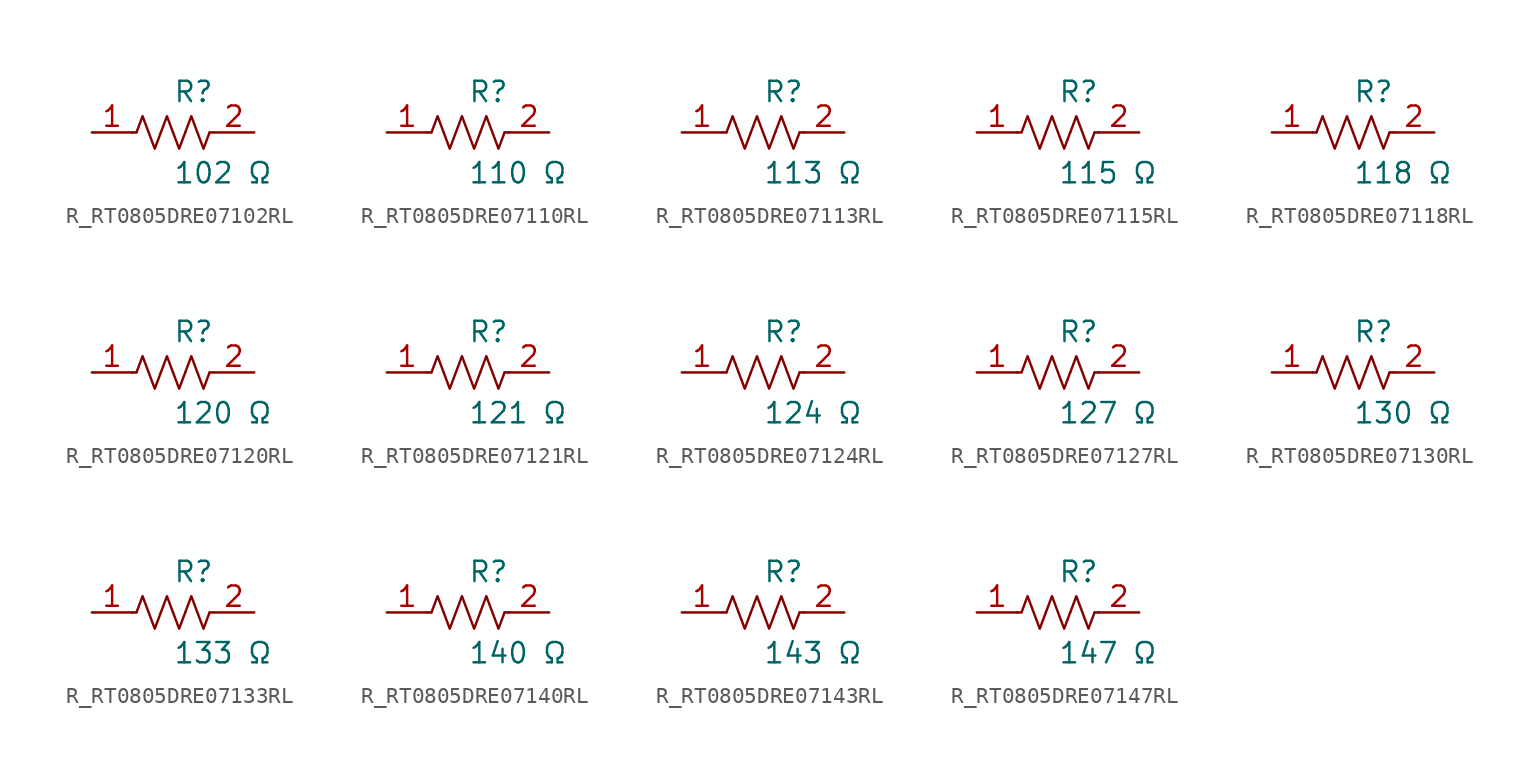
<source format=kicad_sym>
(kicad_symbol_lib
  (version 20231120)
  (generator kicad_symbol_editor)
  (generator_version 8.0)
  (symbol "R_RT0805DRE07102RL"
    (pin_names
      (offset 0.254))
    (property "Reference" "R"
      (at 0.0 2.54 0)
      (effects (font (size 1.27 1.27)) (justify left)))
    (property "Value" "102 Ω"
      (at 0.0 -2.54 0)
      (effects (font (size 1.27 1.27)) (justify left)))
    (symbol "R_RT0805DRE07102RL_0_1"
      (polyline (pts (xy 2.286 0) (xy 2.54 0)) (stroke (width 0) (type default)) (fill (type none)))
      (polyline (pts (xy -2.286 0) (xy -2.54 0)) (stroke (width 0) (type default)) (fill (type none)))
      (polyline (pts (xy 0.762 0) (xy 1.143 1.016) (xy 1.524 0) (xy 1.905 -1.016) (xy 2.286 0)) (stroke (width 0) (type default)) (fill (type none)))
      (polyline (pts (xy -0.762 0) (xy -0.381 1.016) (xy 0 0) (xy 0.381 -1.016) (xy 0.762 0)) (stroke (width 0) (type default)) (fill (type none)))
      (polyline (pts (xy -2.286 0) (xy -1.905 1.016) (xy -1.524 0) (xy -1.143 -1.016) (xy -0.762 0)) (stroke (width 0) (type default)) (fill (type none))))
    (pin unspecified line
      (at -5.08 0 0)
      (length 2.54)
      (name "" (effects (font (size 1.27 1.27))))
      (number "1" (effects (font (size 1.27 1.27)))))
    (pin unspecified line
      (at 5.08 0 180)
      (length 2.54)
      (name "" (effects (font (size 1.27 1.27))))
      (number "2" (effects (font (size 1.27 1.27))))))
  (symbol "R_RT0805DRE07110RL"
    (pin_names
      (offset 0.254))
    (property "Reference" "R"
      (at 0.0 2.54 0)
      (effects (font (size 1.27 1.27)) (justify left)))
    (property "Value" "110 Ω"
      (at 0.0 -2.54 0)
      (effects (font (size 1.27 1.27)) (justify left)))
    (symbol "R_RT0805DRE07110RL_0_1"
      (polyline (pts (xy 2.286 0) (xy 2.54 0)) (stroke (width 0) (type default)) (fill (type none)))
      (polyline (pts (xy -2.286 0) (xy -2.54 0)) (stroke (width 0) (type default)) (fill (type none)))
      (polyline (pts (xy 0.762 0) (xy 1.143 1.016) (xy 1.524 0) (xy 1.905 -1.016) (xy 2.286 0)) (stroke (width 0) (type default)) (fill (type none)))
      (polyline (pts (xy -0.762 0) (xy -0.381 1.016) (xy 0 0) (xy 0.381 -1.016) (xy 0.762 0)) (stroke (width 0) (type default)) (fill (type none)))
      (polyline (pts (xy -2.286 0) (xy -1.905 1.016) (xy -1.524 0) (xy -1.143 -1.016) (xy -0.762 0)) (stroke (width 0) (type default)) (fill (type none))))
    (pin unspecified line
      (at -5.08 0 0)
      (length 2.54)
      (name "" (effects (font (size 1.27 1.27))))
      (number "1" (effects (font (size 1.27 1.27)))))
    (pin unspecified line
      (at 5.08 0 180)
      (length 2.54)
      (name "" (effects (font (size 1.27 1.27))))
      (number "2" (effects (font (size 1.27 1.27))))))
  (symbol "R_RT0805DRE07113RL"
    (pin_names
      (offset 0.254))
    (property "Reference" "R"
      (at 0.0 2.54 0)
      (effects (font (size 1.27 1.27)) (justify left)))
    (property "Value" "113 Ω"
      (at 0.0 -2.54 0)
      (effects (font (size 1.27 1.27)) (justify left)))
    (symbol "R_RT0805DRE07113RL_0_1"
      (polyline (pts (xy 2.286 0) (xy 2.54 0)) (stroke (width 0) (type default)) (fill (type none)))
      (polyline (pts (xy -2.286 0) (xy -2.54 0)) (stroke (width 0) (type default)) (fill (type none)))
      (polyline (pts (xy 0.762 0) (xy 1.143 1.016) (xy 1.524 0) (xy 1.905 -1.016) (xy 2.286 0)) (stroke (width 0) (type default)) (fill (type none)))
      (polyline (pts (xy -0.762 0) (xy -0.381 1.016) (xy 0 0) (xy 0.381 -1.016) (xy 0.762 0)) (stroke (width 0) (type default)) (fill (type none)))
      (polyline (pts (xy -2.286 0) (xy -1.905 1.016) (xy -1.524 0) (xy -1.143 -1.016) (xy -0.762 0)) (stroke (width 0) (type default)) (fill (type none))))
    (pin unspecified line
      (at -5.08 0 0)
      (length 2.54)
      (name "" (effects (font (size 1.27 1.27))))
      (number "1" (effects (font (size 1.27 1.27)))))
    (pin unspecified line
      (at 5.08 0 180)
      (length 2.54)
      (name "" (effects (font (size 1.27 1.27))))
      (number "2" (effects (font (size 1.27 1.27))))))
  (symbol "R_RT0805DRE07115RL"
    (pin_names
      (offset 0.254))
    (property "Reference" "R"
      (at 0.0 2.54 0)
      (effects (font (size 1.27 1.27)) (justify left)))
    (property "Value" "115 Ω"
      (at 0.0 -2.54 0)
      (effects (font (size 1.27 1.27)) (justify left)))
    (symbol "R_RT0805DRE07115RL_0_1"
      (polyline (pts (xy 2.286 0) (xy 2.54 0)) (stroke (width 0) (type default)) (fill (type none)))
      (polyline (pts (xy -2.286 0) (xy -2.54 0)) (stroke (width 0) (type default)) (fill (type none)))
      (polyline (pts (xy 0.762 0) (xy 1.143 1.016) (xy 1.524 0) (xy 1.905 -1.016) (xy 2.286 0)) (stroke (width 0) (type default)) (fill (type none)))
      (polyline (pts (xy -0.762 0) (xy -0.381 1.016) (xy 0 0) (xy 0.381 -1.016) (xy 0.762 0)) (stroke (width 0) (type default)) (fill (type none)))
      (polyline (pts (xy -2.286 0) (xy -1.905 1.016) (xy -1.524 0) (xy -1.143 -1.016) (xy -0.762 0)) (stroke (width 0) (type default)) (fill (type none))))
    (pin unspecified line
      (at -5.08 0 0)
      (length 2.54)
      (name "" (effects (font (size 1.27 1.27))))
      (number "1" (effects (font (size 1.27 1.27)))))
    (pin unspecified line
      (at 5.08 0 180)
      (length 2.54)
      (name "" (effects (font (size 1.27 1.27))))
      (number "2" (effects (font (size 1.27 1.27))))))
  (symbol "R_RT0805DRE07118RL"
    (pin_names
      (offset 0.254))
    (property "Reference" "R"
      (at 0.0 2.54 0)
      (effects (font (size 1.27 1.27)) (justify left)))
    (property "Value" "118 Ω"
      (at 0.0 -2.54 0)
      (effects (font (size 1.27 1.27)) (justify left)))
    (symbol "R_RT0805DRE07118RL_0_1"
      (polyline (pts (xy 2.286 0) (xy 2.54 0)) (stroke (width 0) (type default)) (fill (type none)))
      (polyline (pts (xy -2.286 0) (xy -2.54 0)) (stroke (width 0) (type default)) (fill (type none)))
      (polyline (pts (xy 0.762 0) (xy 1.143 1.016) (xy 1.524 0) (xy 1.905 -1.016) (xy 2.286 0)) (stroke (width 0) (type default)) (fill (type none)))
      (polyline (pts (xy -0.762 0) (xy -0.381 1.016) (xy 0 0) (xy 0.381 -1.016) (xy 0.762 0)) (stroke (width 0) (type default)) (fill (type none)))
      (polyline (pts (xy -2.286 0) (xy -1.905 1.016) (xy -1.524 0) (xy -1.143 -1.016) (xy -0.762 0)) (stroke (width 0) (type default)) (fill (type none))))
    (pin unspecified line
      (at -5.08 0 0)
      (length 2.54)
      (name "" (effects (font (size 1.27 1.27))))
      (number "1" (effects (font (size 1.27 1.27)))))
    (pin unspecified line
      (at 5.08 0 180)
      (length 2.54)
      (name "" (effects (font (size 1.27 1.27))))
      (number "2" (effects (font (size 1.27 1.27))))))
  (symbol "R_RT0805DRE07120RL"
    (pin_names
      (offset 0.254))
    (property "Reference" "R"
      (at 0.0 2.54 0)
      (effects (font (size 1.27 1.27)) (justify left)))
    (property "Value" "120 Ω"
      (at 0.0 -2.54 0)
      (effects (font (size 1.27 1.27)) (justify left)))
    (symbol "R_RT0805DRE07120RL_0_1"
      (polyline (pts (xy 2.286 0) (xy 2.54 0)) (stroke (width 0) (type default)) (fill (type none)))
      (polyline (pts (xy -2.286 0) (xy -2.54 0)) (stroke (width 0) (type default)) (fill (type none)))
      (polyline (pts (xy 0.762 0) (xy 1.143 1.016) (xy 1.524 0) (xy 1.905 -1.016) (xy 2.286 0)) (stroke (width 0) (type default)) (fill (type none)))
      (polyline (pts (xy -0.762 0) (xy -0.381 1.016) (xy 0 0) (xy 0.381 -1.016) (xy 0.762 0)) (stroke (width 0) (type default)) (fill (type none)))
      (polyline (pts (xy -2.286 0) (xy -1.905 1.016) (xy -1.524 0) (xy -1.143 -1.016) (xy -0.762 0)) (stroke (width 0) (type default)) (fill (type none))))
    (pin unspecified line
      (at -5.08 0 0)
      (length 2.54)
      (name "" (effects (font (size 1.27 1.27))))
      (number "1" (effects (font (size 1.27 1.27)))))
    (pin unspecified line
      (at 5.08 0 180)
      (length 2.54)
      (name "" (effects (font (size 1.27 1.27))))
      (number "2" (effects (font (size 1.27 1.27))))))
  (symbol "R_RT0805DRE07121RL"
    (pin_names
      (offset 0.254))
    (property "Reference" "R"
      (at 0.0 2.54 0)
      (effects (font (size 1.27 1.27)) (justify left)))
    (property "Value" "121 Ω"
      (at 0.0 -2.54 0)
      (effects (font (size 1.27 1.27)) (justify left)))
    (symbol "R_RT0805DRE07121RL_0_1"
      (polyline (pts (xy 2.286 0) (xy 2.54 0)) (stroke (width 0) (type default)) (fill (type none)))
      (polyline (pts (xy -2.286 0) (xy -2.54 0)) (stroke (width 0) (type default)) (fill (type none)))
      (polyline (pts (xy 0.762 0) (xy 1.143 1.016) (xy 1.524 0) (xy 1.905 -1.016) (xy 2.286 0)) (stroke (width 0) (type default)) (fill (type none)))
      (polyline (pts (xy -0.762 0) (xy -0.381 1.016) (xy 0 0) (xy 0.381 -1.016) (xy 0.762 0)) (stroke (width 0) (type default)) (fill (type none)))
      (polyline (pts (xy -2.286 0) (xy -1.905 1.016) (xy -1.524 0) (xy -1.143 -1.016) (xy -0.762 0)) (stroke (width 0) (type default)) (fill (type none))))
    (pin unspecified line
      (at -5.08 0 0)
      (length 2.54)
      (name "" (effects (font (size 1.27 1.27))))
      (number "1" (effects (font (size 1.27 1.27)))))
    (pin unspecified line
      (at 5.08 0 180)
      (length 2.54)
      (name "" (effects (font (size 1.27 1.27))))
      (number "2" (effects (font (size 1.27 1.27))))))
  (symbol "R_RT0805DRE07124RL"
    (pin_names
      (offset 0.254))
    (property "Reference" "R"
      (at 0.0 2.54 0)
      (effects (font (size 1.27 1.27)) (justify left)))
    (property "Value" "124 Ω"
      (at 0.0 -2.54 0)
      (effects (font (size 1.27 1.27)) (justify left)))
    (symbol "R_RT0805DRE07124RL_0_1"
      (polyline (pts (xy 2.286 0) (xy 2.54 0)) (stroke (width 0) (type default)) (fill (type none)))
      (polyline (pts (xy -2.286 0) (xy -2.54 0)) (stroke (width 0) (type default)) (fill (type none)))
      (polyline (pts (xy 0.762 0) (xy 1.143 1.016) (xy 1.524 0) (xy 1.905 -1.016) (xy 2.286 0)) (stroke (width 0) (type default)) (fill (type none)))
      (polyline (pts (xy -0.762 0) (xy -0.381 1.016) (xy 0 0) (xy 0.381 -1.016) (xy 0.762 0)) (stroke (width 0) (type default)) (fill (type none)))
      (polyline (pts (xy -2.286 0) (xy -1.905 1.016) (xy -1.524 0) (xy -1.143 -1.016) (xy -0.762 0)) (stroke (width 0) (type default)) (fill (type none))))
    (pin unspecified line
      (at -5.08 0 0)
      (length 2.54)
      (name "" (effects (font (size 1.27 1.27))))
      (number "1" (effects (font (size 1.27 1.27)))))
    (pin unspecified line
      (at 5.08 0 180)
      (length 2.54)
      (name "" (effects (font (size 1.27 1.27))))
      (number "2" (effects (font (size 1.27 1.27))))))
  (symbol "R_RT0805DRE07127RL"
    (pin_names
      (offset 0.254))
    (property "Reference" "R"
      (at 0.0 2.54 0)
      (effects (font (size 1.27 1.27)) (justify left)))
    (property "Value" "127 Ω"
      (at 0.0 -2.54 0)
      (effects (font (size 1.27 1.27)) (justify left)))
    (symbol "R_RT0805DRE07127RL_0_1"
      (polyline (pts (xy 2.286 0) (xy 2.54 0)) (stroke (width 0) (type default)) (fill (type none)))
      (polyline (pts (xy -2.286 0) (xy -2.54 0)) (stroke (width 0) (type default)) (fill (type none)))
      (polyline (pts (xy 0.762 0) (xy 1.143 1.016) (xy 1.524 0) (xy 1.905 -1.016) (xy 2.286 0)) (stroke (width 0) (type default)) (fill (type none)))
      (polyline (pts (xy -0.762 0) (xy -0.381 1.016) (xy 0 0) (xy 0.381 -1.016) (xy 0.762 0)) (stroke (width 0) (type default)) (fill (type none)))
      (polyline (pts (xy -2.286 0) (xy -1.905 1.016) (xy -1.524 0) (xy -1.143 -1.016) (xy -0.762 0)) (stroke (width 0) (type default)) (fill (type none))))
    (pin unspecified line
      (at -5.08 0 0)
      (length 2.54)
      (name "" (effects (font (size 1.27 1.27))))
      (number "1" (effects (font (size 1.27 1.27)))))
    (pin unspecified line
      (at 5.08 0 180)
      (length 2.54)
      (name "" (effects (font (size 1.27 1.27))))
      (number "2" (effects (font (size 1.27 1.27))))))
  (symbol "R_RT0805DRE07130RL"
    (pin_names
      (offset 0.254))
    (property "Reference" "R"
      (at 0.0 2.54 0)
      (effects (font (size 1.27 1.27)) (justify left)))
    (property "Value" "130 Ω"
      (at 0.0 -2.54 0)
      (effects (font (size 1.27 1.27)) (justify left)))
    (symbol "R_RT0805DRE07130RL_0_1"
      (polyline (pts (xy 2.286 0) (xy 2.54 0)) (stroke (width 0) (type default)) (fill (type none)))
      (polyline (pts (xy -2.286 0) (xy -2.54 0)) (stroke (width 0) (type default)) (fill (type none)))
      (polyline (pts (xy 0.762 0) (xy 1.143 1.016) (xy 1.524 0) (xy 1.905 -1.016) (xy 2.286 0)) (stroke (width 0) (type default)) (fill (type none)))
      (polyline (pts (xy -0.762 0) (xy -0.381 1.016) (xy 0 0) (xy 0.381 -1.016) (xy 0.762 0)) (stroke (width 0) (type default)) (fill (type none)))
      (polyline (pts (xy -2.286 0) (xy -1.905 1.016) (xy -1.524 0) (xy -1.143 -1.016) (xy -0.762 0)) (stroke (width 0) (type default)) (fill (type none))))
    (pin unspecified line
      (at -5.08 0 0)
      (length 2.54)
      (name "" (effects (font (size 1.27 1.27))))
      (number "1" (effects (font (size 1.27 1.27)))))
    (pin unspecified line
      (at 5.08 0 180)
      (length 2.54)
      (name "" (effects (font (size 1.27 1.27))))
      (number "2" (effects (font (size 1.27 1.27))))))
  (symbol "R_RT0805DRE07133RL"
    (pin_names
      (offset 0.254))
    (property "Reference" "R"
      (at 0.0 2.54 0)
      (effects (font (size 1.27 1.27)) (justify left)))
    (property "Value" "133 Ω"
      (at 0.0 -2.54 0)
      (effects (font (size 1.27 1.27)) (justify left)))
    (symbol "R_RT0805DRE07133RL_0_1"
      (polyline (pts (xy 2.286 0) (xy 2.54 0)) (stroke (width 0) (type default)) (fill (type none)))
      (polyline (pts (xy -2.286 0) (xy -2.54 0)) (stroke (width 0) (type default)) (fill (type none)))
      (polyline (pts (xy 0.762 0) (xy 1.143 1.016) (xy 1.524 0) (xy 1.905 -1.016) (xy 2.286 0)) (stroke (width 0) (type default)) (fill (type none)))
      (polyline (pts (xy -0.762 0) (xy -0.381 1.016) (xy 0 0) (xy 0.381 -1.016) (xy 0.762 0)) (stroke (width 0) (type default)) (fill (type none)))
      (polyline (pts (xy -2.286 0) (xy -1.905 1.016) (xy -1.524 0) (xy -1.143 -1.016) (xy -0.762 0)) (stroke (width 0) (type default)) (fill (type none))))
    (pin unspecified line
      (at -5.08 0 0)
      (length 2.54)
      (name "" (effects (font (size 1.27 1.27))))
      (number "1" (effects (font (size 1.27 1.27)))))
    (pin unspecified line
      (at 5.08 0 180)
      (length 2.54)
      (name "" (effects (font (size 1.27 1.27))))
      (number "2" (effects (font (size 1.27 1.27))))))
  (symbol "R_RT0805DRE07140RL"
    (pin_names
      (offset 0.254))
    (property "Reference" "R"
      (at 0.0 2.54 0)
      (effects (font (size 1.27 1.27)) (justify left)))
    (property "Value" "140 Ω"
      (at 0.0 -2.54 0)
      (effects (font (size 1.27 1.27)) (justify left)))
    (symbol "R_RT0805DRE07140RL_0_1"
      (polyline (pts (xy 2.286 0) (xy 2.54 0)) (stroke (width 0) (type default)) (fill (type none)))
      (polyline (pts (xy -2.286 0) (xy -2.54 0)) (stroke (width 0) (type default)) (fill (type none)))
      (polyline (pts (xy 0.762 0) (xy 1.143 1.016) (xy 1.524 0) (xy 1.905 -1.016) (xy 2.286 0)) (stroke (width 0) (type default)) (fill (type none)))
      (polyline (pts (xy -0.762 0) (xy -0.381 1.016) (xy 0 0) (xy 0.381 -1.016) (xy 0.762 0)) (stroke (width 0) (type default)) (fill (type none)))
      (polyline (pts (xy -2.286 0) (xy -1.905 1.016) (xy -1.524 0) (xy -1.143 -1.016) (xy -0.762 0)) (stroke (width 0) (type default)) (fill (type none))))
    (pin unspecified line
      (at -5.08 0 0)
      (length 2.54)
      (name "" (effects (font (size 1.27 1.27))))
      (number "1" (effects (font (size 1.27 1.27)))))
    (pin unspecified line
      (at 5.08 0 180)
      (length 2.54)
      (name "" (effects (font (size 1.27 1.27))))
      (number "2" (effects (font (size 1.27 1.27))))))
  (symbol "R_RT0805DRE07143RL"
    (pin_names
      (offset 0.254))
    (property "Reference" "R"
      (at 0.0 2.54 0)
      (effects (font (size 1.27 1.27)) (justify left)))
    (property "Value" "143 Ω"
      (at 0.0 -2.54 0)
      (effects (font (size 1.27 1.27)) (justify left)))
    (symbol "R_RT0805DRE07143RL_0_1"
      (polyline (pts (xy 2.286 0) (xy 2.54 0)) (stroke (width 0) (type default)) (fill (type none)))
      (polyline (pts (xy -2.286 0) (xy -2.54 0)) (stroke (width 0) (type default)) (fill (type none)))
      (polyline (pts (xy 0.762 0) (xy 1.143 1.016) (xy 1.524 0) (xy 1.905 -1.016) (xy 2.286 0)) (stroke (width 0) (type default)) (fill (type none)))
      (polyline (pts (xy -0.762 0) (xy -0.381 1.016) (xy 0 0) (xy 0.381 -1.016) (xy 0.762 0)) (stroke (width 0) (type default)) (fill (type none)))
      (polyline (pts (xy -2.286 0) (xy -1.905 1.016) (xy -1.524 0) (xy -1.143 -1.016) (xy -0.762 0)) (stroke (width 0) (type default)) (fill (type none))))
    (pin unspecified line
      (at -5.08 0 0)
      (length 2.54)
      (name "" (effects (font (size 1.27 1.27))))
      (number "1" (effects (font (size 1.27 1.27)))))
    (pin unspecified line
      (at 5.08 0 180)
      (length 2.54)
      (name "" (effects (font (size 1.27 1.27))))
      (number "2" (effects (font (size 1.27 1.27))))))
  (symbol "R_RT0805DRE07147RL"
    (pin_names
      (offset 0.254))
    (property "Reference" "R"
      (at 0.0 2.54 0)
      (effects (font (size 1.27 1.27)) (justify left)))
    (property "Value" "147 Ω"
      (at 0.0 -2.54 0)
      (effects (font (size 1.27 1.27)) (justify left)))
    (symbol "R_RT0805DRE07147RL_0_1"
      (polyline (pts (xy 2.286 0) (xy 2.54 0)) (stroke (width 0) (type default)) (fill (type none)))
      (polyline (pts (xy -2.286 0) (xy -2.54 0)) (stroke (width 0) (type default)) (fill (type none)))
      (polyline (pts (xy 0.762 0) (xy 1.143 1.016) (xy 1.524 0) (xy 1.905 -1.016) (xy 2.286 0)) (stroke (width 0) (type default)) (fill (type none)))
      (polyline (pts (xy -0.762 0) (xy -0.381 1.016) (xy 0 0) (xy 0.381 -1.016) (xy 0.762 0)) (stroke (width 0) (type default)) (fill (type none)))
      (polyline (pts (xy -2.286 0) (xy -1.905 1.016) (xy -1.524 0) (xy -1.143 -1.016) (xy -0.762 0)) (stroke (width 0) (type default)) (fill (type none))))
    (pin unspecified line
      (at -5.08 0 0)
      (length 2.54)
      (name "" (effects (font (size 1.27 1.27))))
      (number "1" (effects (font (size 1.27 1.27)))))
    (pin unspecified line
      (at 5.08 0 180)
      (length 2.54)
      (name "" (effects (font (size 1.27 1.27))))
      (number "2" (effects (font (size 1.27 1.27)))))))
</source>
